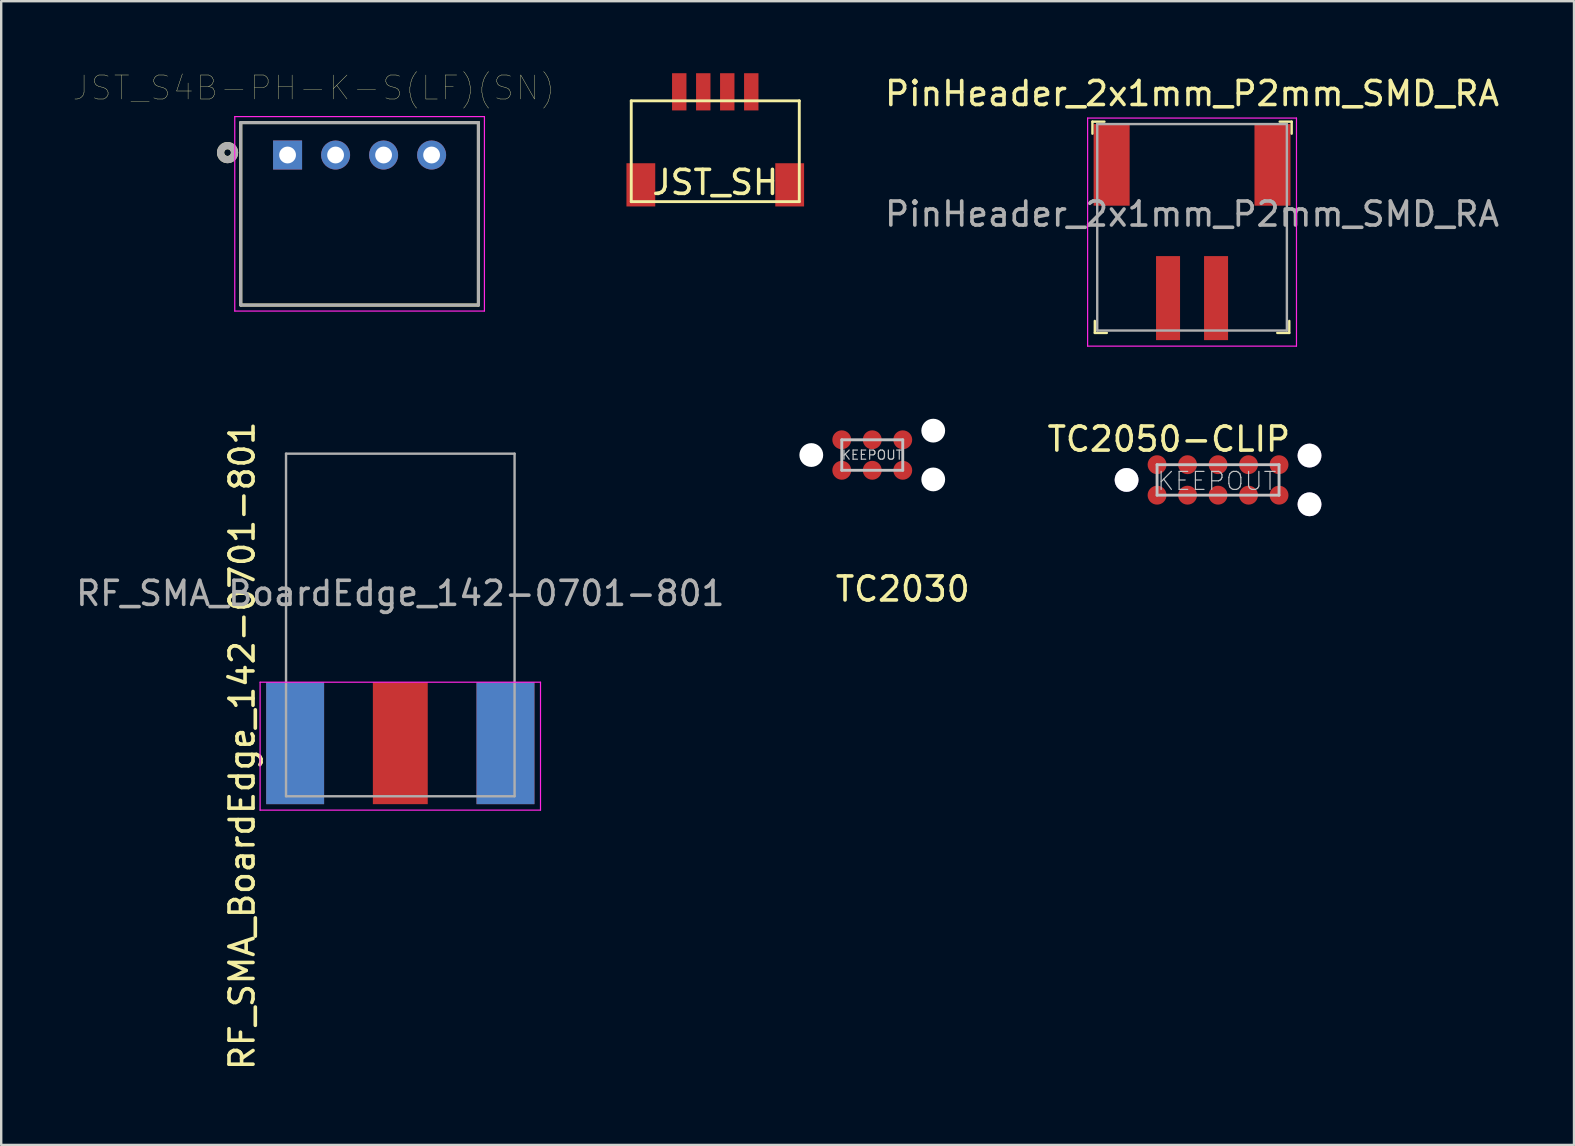
<source format=kicad_pcb>
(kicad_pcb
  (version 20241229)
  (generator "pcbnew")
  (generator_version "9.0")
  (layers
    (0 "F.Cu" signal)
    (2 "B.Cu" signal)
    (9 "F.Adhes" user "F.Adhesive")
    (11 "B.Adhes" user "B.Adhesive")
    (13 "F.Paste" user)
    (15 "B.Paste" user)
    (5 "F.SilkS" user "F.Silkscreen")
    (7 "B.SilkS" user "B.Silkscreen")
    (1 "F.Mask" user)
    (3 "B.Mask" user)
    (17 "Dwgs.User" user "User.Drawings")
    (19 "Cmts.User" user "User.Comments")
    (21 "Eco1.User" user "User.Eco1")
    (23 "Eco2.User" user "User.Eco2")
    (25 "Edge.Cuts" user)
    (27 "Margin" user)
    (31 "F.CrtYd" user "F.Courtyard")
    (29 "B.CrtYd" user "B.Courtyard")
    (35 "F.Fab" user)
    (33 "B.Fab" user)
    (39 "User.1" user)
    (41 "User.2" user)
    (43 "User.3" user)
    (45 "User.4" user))
  (footprint "PinHeader_2x1mm_P2mm_SMD_RA"
    (layer "F.Cu")
    (at 46.606 9.368)
    (property "Reference" "PinHeader_2x1mm_P2mm_SMD_RA" (at 0 -8.52 0) (layer "F.SilkS") (effects (font (size 1 1) (thickness 0.15))))
    (attr smd)
    (fp_line (start -4.15 -7.35) (end -4.15 -6.85) (stroke (width 0.1) (type solid)) (layer "F.SilkS"))
    (fp_line (start -4.15 -7.35) (end -3.65 -7.35) (stroke (width 0.1) (type solid)) (layer "F.SilkS"))
    (fp_line (start -4.05 1.45) (end -4.05 0.95) (stroke (width 0.1) (type solid)) (layer "F.SilkS"))
    (fp_line (start -4.05 1.45) (end -3.55 1.45) (stroke (width 0.1) (type solid)) (layer "F.SilkS"))
    (fp_line (start 4.05 1.45) (end 3.55 1.45) (stroke (width 0.1) (type solid)) (layer "F.SilkS"))
    (fp_line (start 4.05 1.45) (end 4.05 0.95) (stroke (width 0.1) (type solid)) (layer "F.SilkS"))
    (fp_line (start 4.15 -7.35) (end 3.65 -7.35) (stroke (width 0.1) (type solid)) (layer "F.SilkS"))
    (fp_line (start 4.15 -7.35) (end 4.15 -6.85) (stroke (width 0.1) (type solid)) (layer "F.SilkS"))
    (fp_line (start -4.35 -7.5) (end -4.35 2) (stroke (width 0.05) (type solid)) (layer "F.CrtYd"))
    (fp_line (start 4.35 -7.5) (end -4.35 -7.5) (stroke (width 0.05) (type solid)) (layer "F.CrtYd"))
    (fp_line (start 4.35 -7.5) (end 4.35 2) (stroke (width 0.05) (type solid)) (layer "F.CrtYd"))
    (fp_line (start 4.35 2) (end -4.35 2) (stroke (width 0.05) (type solid)) (layer "F.CrtYd"))
    (fp_line (start -3.95 -7.25) (end -3.95 1.35) (stroke (width 0.1) (type solid)) (layer "F.Fab"))
    (fp_line (start -3.95 -7.25) (end 3.95 -7.25) (stroke (width 0.1) (type solid)) (layer "F.Fab"))
    (fp_line (start -3.95 1.35) (end 3.95 1.35) (stroke (width 0.1) (type solid)) (layer "F.Fab"))
    (fp_line (start 3.95 -7.25) (end 3.95 1.35) (stroke (width 0.1) (type solid)) (layer "F.Fab"))
    (fp_text user "${REFERENCE}" (at 0 -3.5 0) (layer "F.Fab") (effects (font (size 1 1) (thickness 0.15))))
    (pad "" smd rect (at -3.35 -5.55) (size 1.5 3.4) (layers "F.Cu" "F.Mask" "F.Paste"))
    (pad "" smd rect (at 3.35 -5.55) (size 1.5 3.4) (layers "F.Cu" "F.Mask" "F.Paste"))
    (pad "1" smd rect (at -1 0) (size 1 3.5) (layers "F.Cu" "F.Mask" "F.Paste"))
    (pad "2" smd rect (at 1 0) (size 1 3.5) (layers "F.Cu" "F.Mask" "F.Paste")))
  (footprint "TC2030"
    (layer "F.Cu")
    (at 33.285 15.905)
    (property "Reference" "TC2030" (at 1.27 5.58 0) (layer "F.SilkS") (effects (font (size 1 1) (thickness 0.15))))
    (attr through_hole)
    (fp_line (start -1.27 -0.635) (end -1.27 0.635) (stroke (width 0.12) (type solid)) (layer "Dwgs.User"))
    (fp_line (start -1.27 0.635) (end 1.27 0.635) (stroke (width 0.12) (type solid)) (layer "Dwgs.User"))
    (fp_line (start 1.27 -0.635) (end -1.27 -0.635) (stroke (width 0.12) (type solid)) (layer "Dwgs.User"))
    (fp_line (start 1.27 0.635) (end 1.27 -0.635) (stroke (width 0.12) (type solid)) (layer "Dwgs.User"))
    (fp_text user "KEEPOUT" (at 0 0 0) (layer "Dwgs.User") (effects (font (size 0.381 0.381) (thickness 0.051))))
    (pad "" np_thru_hole circle (at -2.54 0) (size 0.991 0.991) (drill 0.991) (layers "*.Cu" "*.Mask"))
    (pad "" np_thru_hole circle (at 2.54 -1.016) (size 0.991 0.991) (drill 0.991) (layers "*.Cu" "*.Mask"))
    (pad "" np_thru_hole circle (at 2.54 1.016) (size 0.991 0.991) (drill 0.991) (layers "*.Cu" "*.Mask"))
    (pad "1" smd circle (at -1.27 0.635) (size 0.787 0.787) (layers "F.Cu" "F.Mask" "F.Paste"))
    (pad "2" smd circle (at -1.27 -0.635) (size 0.787 0.787) (layers "F.Cu" "F.Mask" "F.Paste"))
    (pad "3" smd circle (at 0 0.635) (size 0.787 0.787) (layers "F.Cu" "F.Mask" "F.Paste"))
    (pad "4" smd circle (at 0 -0.635) (size 0.787 0.787) (layers "F.Cu" "F.Mask" "F.Paste"))
    (pad "5" smd circle (at 1.27 0.635) (size 0.787 0.787) (layers "F.Cu" "F.Mask" "F.Paste"))
    (pad "6" smd circle (at 1.27 -0.635) (size 0.787 0.787) (layers "F.Cu" "F.Mask" "F.Paste")))
  (footprint "JST_SH"
    (layer "F.Cu")
    (at 30.445 5.35)
    (property "Reference" "JST_SH" (at -3.7 -0.8 0) (layer "F.SilkS") (effects (font (size 1 1) (thickness 0.15))))
    (attr through_hole)
    (fp_line (start -7.2 -4.2) (end -7.2 0) (stroke (width 0.12) (type solid)) (layer "F.SilkS"))
    (fp_line (start -7.2 0) (end -0.2 0) (stroke (width 0.12) (type solid)) (layer "F.SilkS"))
    (fp_line (start -0.2 -4.2) (end -7.2 -4.2) (stroke (width 0.12) (type solid)) (layer "F.SilkS"))
    (fp_line (start -0.2 0) (end -0.2 -4.2) (stroke (width 0.12) (type solid)) (layer "F.SilkS"))
    (pad "" smd rect (at -6.8 -0.7) (size 1.2 1.8) (layers "F.Cu" "F.Mask" "F.Paste"))
    (pad "" smd rect (at -0.6 -0.7) (size 1.2 1.8) (layers "F.Cu" "F.Mask" "F.Paste"))
    (pad "1" smd rect (at -5.2 -4.575) (size 0.6 1.55) (layers "F.Cu" "F.Mask" "F.Paste"))
    (pad "2" smd rect (at -4.2 -4.575) (size 0.6 1.55) (layers "F.Cu" "F.Mask" "F.Paste"))
    (pad "3" smd rect (at -3.2 -4.575) (size 0.6 1.55) (layers "F.Cu" "F.Mask" "F.Paste"))
    (pad "4" smd rect (at -2.2 -4.575) (size 0.6 1.55) (layers "F.Cu" "F.Mask" "F.Paste")))
  (footprint "TC2050-CLIP"
    (layer "F.Cu")
    (at 47.689 16.942)
    (property "Reference" "TC2050-CLIP" (at -2.05 -1.7 0) (layer "F.SilkS") (effects (font (size 1 1) (thickness 0.15))))
    (attr through_hole)
    (fp_line (start -2.54 -0.635) (end -2.54 0.635) (stroke (width 0.12) (type solid)) (layer "Dwgs.User"))
    (fp_line (start -2.54 0.635) (end 2.54 0.635) (stroke (width 0.12) (type solid)) (layer "Dwgs.User"))
    (fp_line (start 2.54 -0.635) (end -2.54 -0.635) (stroke (width 0.12) (type solid)) (layer "Dwgs.User"))
    (fp_line (start 2.54 0.635) (end 2.54 -0.635) (stroke (width 0.12) (type solid)) (layer "Dwgs.User"))
    (fp_text user "KEEPOUT" (at -0.05 0.05 0) (layer "Dwgs.User") (effects (font (size 0.75 0.75) (thickness 0.05))))
    (pad "" thru_hole circle (at -3.81 0) (size 0.991 0.991) (drill 0.991) (layers "*.Cu" "*.Mask"))
    (pad "" thru_hole circle (at 3.81 -1.015) (size 0.991 0.991) (drill 0.991) (layers "*.Cu" "*.Mask"))
    (pad "" thru_hole circle (at 3.81 1.015) (size 0.991 0.991) (drill 0.991) (layers "*.Cu" "*.Mask"))
    (pad "1" smd circle (at -2.54 0.635) (size 0.787 0.787) (layers "F.Cu" "F.Mask" "F.Paste"))
    (pad "2" smd circle (at -1.27 0.635) (size 0.787 0.787) (layers "F.Cu" "F.Mask" "F.Paste"))
    (pad "3" smd circle (at 0 0.635) (size 0.787 0.787) (layers "F.Cu" "F.Mask" "F.Paste"))
    (pad "4" smd circle (at 1.27 0.635) (size 0.787 0.787) (layers "F.Cu" "F.Mask" "F.Paste"))
    (pad "5" smd circle (at 2.54 0.635) (size 0.787 0.787) (layers "F.Cu" "F.Mask" "F.Paste"))
    (pad "6" smd circle (at 2.54 -0.635) (size 0.787 0.787) (layers "F.Cu" "F.Mask" "F.Paste"))
    (pad "7" smd circle (at 1.27 -0.635) (size 0.787 0.787) (layers "F.Cu" "F.Mask" "F.Paste"))
    (pad "8" smd circle (at 0 -0.635) (size 0.787 0.787) (layers "F.Cu" "F.Mask" "F.Paste"))
    (pad "9" smd circle (at -1.27 -0.635) (size 0.787 0.787) (layers "F.Cu" "F.Mask" "F.Paste"))
    (pad "10" smd circle (at -2.54 -0.635) (size 0.787 0.787) (layers "F.Cu" "F.Mask" "F.Paste")))
  (footprint "RF_SMA_BoardEdge_142-0701-801"
    (layer "F.Cu")
    (at 13.625 25.368)
    (property "Reference" "RF_SMA_BoardEdge_142-0701-801" (at -6.59 2.65 90) (layer "F.SilkS") (effects (font (size 1 1) (thickness 0.15))))
    (attr through_hole)
    (fp_line (start -5.84 0) (end -5.84 5.33) (stroke (width 0.05) (type solid)) (layer "F.CrtYd"))
    (fp_line (start -5.84 0) (end 5.84 0) (stroke (width 0.05) (type solid)) (layer "F.CrtYd"))
    (fp_line (start -5.84 5.33) (end 5.84 5.33) (stroke (width 0.05) (type solid)) (layer "F.CrtYd"))
    (fp_line (start 5.84 0) (end 5.84 5.33) (stroke (width 0.05) (type solid)) (layer "F.CrtYd"))
    (fp_line (start -4.76 4.75) (end -4.76 -9.52) (stroke (width 0.1) (type solid)) (layer "F.Fab"))
    (fp_line (start 4.76 -9.52) (end -4.76 -9.52) (stroke (width 0.1) (type solid)) (layer "F.Fab"))
    (fp_line (start 4.76 4.75) (end -4.76 4.75) (stroke (width 0.1) (type solid)) (layer "F.Fab"))
    (fp_line (start 4.76 4.75) (end 4.76 -9.52) (stroke (width 0.1) (type solid)) (layer "F.Fab"))
    (fp_text user "${REFERENCE}" (at 0 -3.7 0) (layer "F.Fab") (effects (font (size 1 1) (thickness 0.15))))
    (pad "1" smd rect (at 0 2.54) (size 2.286 5.08) (layers "F.Cu" "F.Mask" "F.Paste"))
    (pad "2" smd rect (at -4.381 2.54) (size 2.413 5.08) (layers "F.Cu" "F.Mask" "F.Paste"))
    (pad "2" smd rect (at -4.381 2.54) (size 2.413 5.08) (layers "B.Cu" "B.Mask" "B.Paste"))
    (pad "2" smd rect (at 4.381 2.54) (size 2.413 5.08) (layers "F.Cu" "F.Mask" "F.Paste"))
    (pad "2" smd rect (at 4.381 2.54) (size 2.413 5.08) (layers "B.Cu" "B.Mask" "B.Paste")))
  (footprint "JST_S4B-PH-K-S(LF)(SN)"
    (layer "F.Cu")
    (at 11.929 3.407)
    (property "Reference" "JST_S4B-PH-K-S(LF)(SN)" (at -1.906 -2.795 0) (layer "F.SilkS") (effects (font (size 1 1) (thickness 0.015))))
    (attr through_hole)
    (fp_line (start -4.95 -1.35) (end 4.95 -1.35) (stroke (width 0.127) (type solid)) (layer "F.SilkS"))
    (fp_line (start -4.95 6.25) (end -4.95 -1.35) (stroke (width 0.127) (type solid)) (layer "F.SilkS"))
    (fp_line (start 4.95 -1.35) (end 4.95 6.25) (stroke (width 0.127) (type solid)) (layer "F.SilkS"))
    (fp_line (start 4.95 6.25) (end -4.95 6.25) (stroke (width 0.127) (type solid)) (layer "F.SilkS"))
    (fp_circle (center -5.5 -0.1) (end -5.359 -0.1) (stroke (width 0.3) (type solid)) (fill no) (layer "F.SilkS"))
    (fp_line (start -5.2 -1.6) (end 5.2 -1.6) (stroke (width 0.05) (type solid)) (layer "F.CrtYd"))
    (fp_line (start -5.2 6.5) (end -5.2 -1.6) (stroke (width 0.05) (type solid)) (layer "F.CrtYd"))
    (fp_line (start 5.2 -1.6) (end 5.2 6.5) (stroke (width 0.05) (type solid)) (layer "F.CrtYd"))
    (fp_line (start 5.2 6.5) (end -5.2 6.5) (stroke (width 0.05) (type solid)) (layer "F.CrtYd"))
    (fp_line (start -4.95 -1.35) (end 4.95 -1.35) (stroke (width 0.127) (type solid)) (layer "F.Fab"))
    (fp_line (start -4.95 6.25) (end -4.95 -1.35) (stroke (width 0.127) (type solid)) (layer "F.Fab"))
    (fp_line (start 4.95 -1.35) (end 4.95 6.25) (stroke (width 0.127) (type solid)) (layer "F.Fab"))
    (fp_line (start 4.95 6.25) (end -4.95 6.25) (stroke (width 0.127) (type solid)) (layer "F.Fab"))
    (fp_circle (center -5.5 -0.1) (end -5.359 -0.1) (stroke (width 0.3) (type solid)) (fill no) (layer "F.Fab"))
    (pad "1" thru_hole rect (at -3 0) (size 1.208 1.208) (drill 0.7) (layers "*.Cu" "*.Mask"))
    (pad "2" thru_hole circle (at -1 0) (size 1.208 1.208) (drill 0.7) (layers "*.Cu" "*.Mask"))
    (pad "3" thru_hole circle (at 1 0) (size 1.208 1.208) (drill 0.7) (layers "*.Cu" "*.Mask"))
    (pad "4" thru_hole circle (at 3 0) (size 1.208 1.208) (drill 0.7) (layers "*.Cu" "*.Mask")))
  (gr_rect
    (start -3 -3)
    (end 62.517 44.643)
    (stroke (width 0.1) (type default))
    (fill no)
    (layer "Edge.Cuts")))
</source>
